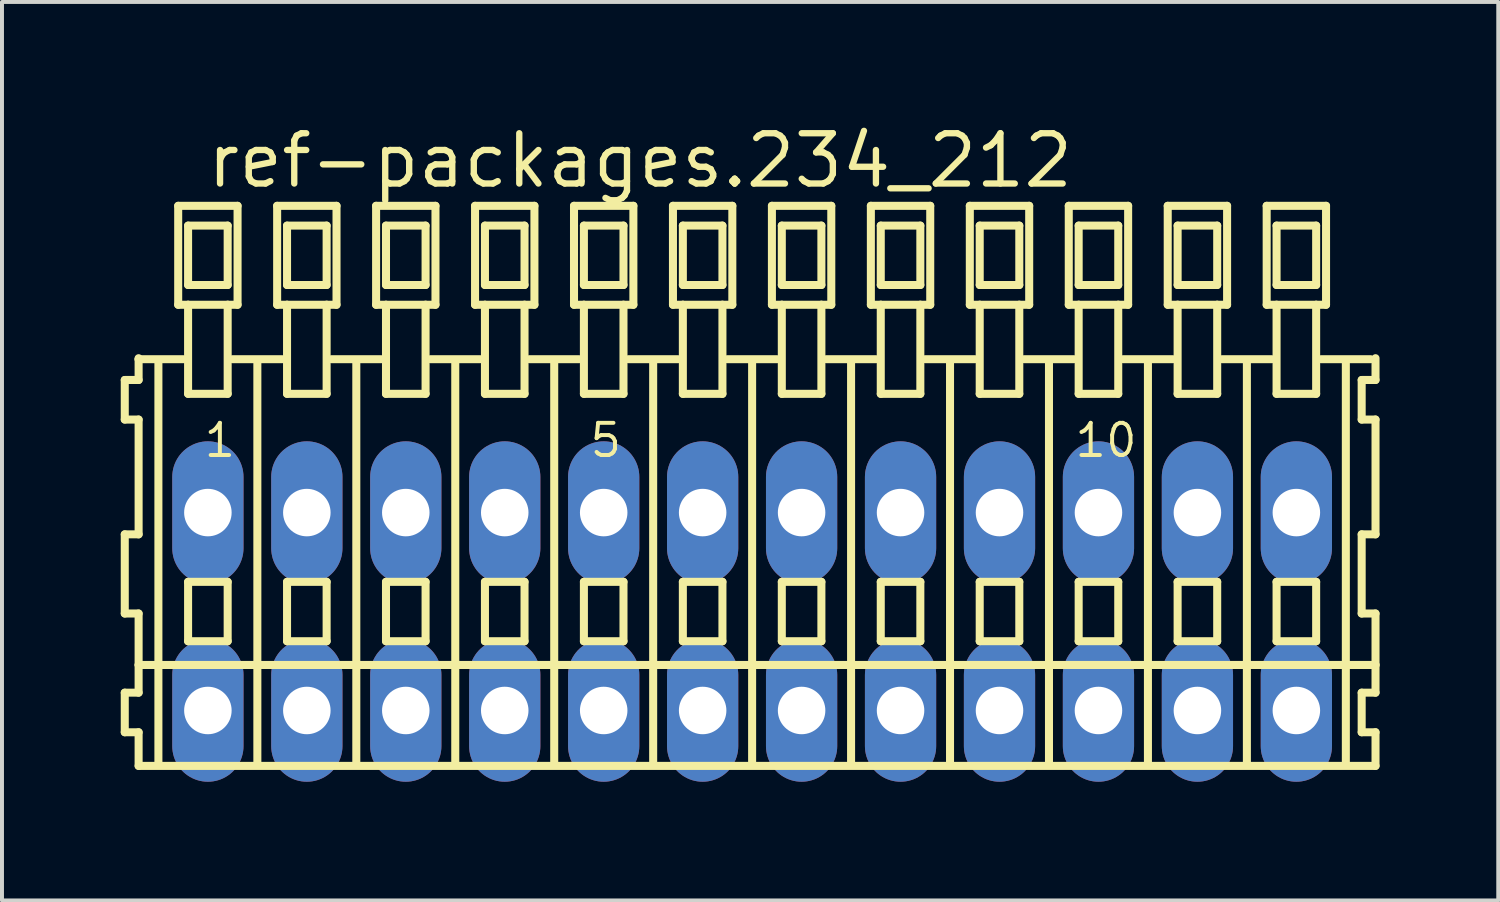
<source format=kicad_pcb>
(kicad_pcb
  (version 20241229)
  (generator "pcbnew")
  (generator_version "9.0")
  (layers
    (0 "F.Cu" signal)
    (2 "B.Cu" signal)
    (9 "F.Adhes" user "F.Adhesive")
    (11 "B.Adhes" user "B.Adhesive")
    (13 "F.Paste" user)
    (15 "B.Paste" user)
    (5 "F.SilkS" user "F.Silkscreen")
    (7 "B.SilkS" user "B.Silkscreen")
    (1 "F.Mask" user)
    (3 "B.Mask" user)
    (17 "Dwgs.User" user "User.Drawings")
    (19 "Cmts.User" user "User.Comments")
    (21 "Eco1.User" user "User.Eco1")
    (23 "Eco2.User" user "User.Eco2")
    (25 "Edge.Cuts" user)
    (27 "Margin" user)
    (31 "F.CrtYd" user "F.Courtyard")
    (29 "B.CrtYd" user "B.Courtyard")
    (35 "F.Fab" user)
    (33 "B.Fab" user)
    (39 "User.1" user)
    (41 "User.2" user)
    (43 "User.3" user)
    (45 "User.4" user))
  (footprint "ref-packages.234_212"
    (layer "F.Cu")
    (at 15.952 12.4)
    (property "Reference" "ref-packages.234_212" (at -13.85 -10.65 0) (layer "F.SilkS") (effects (font (size 1.27 1.27) (thickness 0.16)) (justify left bottom)))
    (attr through_hole)
    (fp_line (start -15.85 -5.85) (end -15.85 -4.85) (stroke (width 0.203) (type default)) (layer "F.SilkS"))
    (fp_line (start -15.85 -4.85) (end -15.5 -4.85) (stroke (width 0.203) (type default)) (layer "F.SilkS"))
    (fp_line (start -15.85 -1.95) (end -15.85 0.05) (stroke (width 0.203) (type default)) (layer "F.SilkS"))
    (fp_line (start -15.85 0.05) (end -15.5 0.05) (stroke (width 0.203) (type default)) (layer "F.SilkS"))
    (fp_line (start -15.85 2.05) (end -15.85 3.05) (stroke (width 0.203) (type default)) (layer "F.SilkS"))
    (fp_line (start -15.85 3.05) (end -15.5 3.05) (stroke (width 0.203) (type default)) (layer "F.SilkS"))
    (fp_line (start -15.5 -6.4) (end -15.5 -6.375) (stroke (width 0.203) (type default)) (layer "F.SilkS"))
    (fp_line (start -15.5 -6.375) (end -15.5 -5.85) (stroke (width 0.203) (type default)) (layer "F.SilkS"))
    (fp_line (start -15.5 -6.375) (end -14.375 -6.375) (stroke (width 0.203) (type default)) (layer "F.SilkS"))
    (fp_line (start -15.5 -5.85) (end -15.85 -5.85) (stroke (width 0.203) (type default)) (layer "F.SilkS"))
    (fp_line (start -15.5 -4.85) (end -15.5 -1.95) (stroke (width 0.203) (type default)) (layer "F.SilkS"))
    (fp_line (start -15.5 -1.95) (end -15.85 -1.95) (stroke (width 0.203) (type default)) (layer "F.SilkS"))
    (fp_line (start -15.5 0.05) (end -15.5 1.35) (stroke (width 0.203) (type default)) (layer "F.SilkS"))
    (fp_line (start -15.5 1.35) (end -15.5 2.05) (stroke (width 0.203) (type default)) (layer "F.SilkS"))
    (fp_line (start -15.5 1.35) (end 15.75 1.35) (stroke (width 0.203) (type default)) (layer "F.SilkS"))
    (fp_line (start -15.5 2.05) (end -15.85 2.05) (stroke (width 0.203) (type default)) (layer "F.SilkS"))
    (fp_line (start -15.5 3.05) (end -15.5 3.9) (stroke (width 0.203) (type default)) (layer "F.SilkS"))
    (fp_line (start -15.5 3.9) (end 15.75 3.9) (stroke (width 0.203) (type default)) (layer "F.SilkS"))
    (fp_line (start -15 -6.35) (end -15 3.8) (stroke (width 0.203) (type default)) (layer "F.SilkS"))
    (fp_line (start -14.5 -10.25) (end -14.5 -7.75) (stroke (width 0.203) (type default)) (layer "F.SilkS"))
    (fp_line (start -14.5 -7.75) (end -14.25 -7.75) (stroke (width 0.203) (type default)) (layer "F.SilkS"))
    (fp_line (start -14.25 -9.75) (end -14.25 -8.25) (stroke (width 0.203) (type default)) (layer "F.SilkS"))
    (fp_line (start -14.25 -8.25) (end -13.25 -8.25) (stroke (width 0.203) (type default)) (layer "F.SilkS"))
    (fp_line (start -14.25 -7.75) (end -14.25 -5.5) (stroke (width 0.203) (type default)) (layer "F.SilkS"))
    (fp_line (start -14.25 -7.75) (end -13.25 -7.75) (stroke (width 0.203) (type default)) (layer "F.SilkS"))
    (fp_line (start -14.25 -5.5) (end -13.25 -5.5) (stroke (width 0.203) (type default)) (layer "F.SilkS"))
    (fp_line (start -14.25 -0.75) (end -14.25 0.75) (stroke (width 0.203) (type default)) (layer "F.SilkS"))
    (fp_line (start -14.25 0.75) (end -13.25 0.75) (stroke (width 0.203) (type default)) (layer "F.SilkS"))
    (fp_line (start -13.25 -9.75) (end -14.25 -9.75) (stroke (width 0.203) (type default)) (layer "F.SilkS"))
    (fp_line (start -13.25 -8.25) (end -13.25 -9.75) (stroke (width 0.203) (type default)) (layer "F.SilkS"))
    (fp_line (start -13.25 -7.75) (end -13 -7.75) (stroke (width 0.203) (type default)) (layer "F.SilkS"))
    (fp_line (start -13.25 -5.5) (end -13.25 -7.75) (stroke (width 0.203) (type default)) (layer "F.SilkS"))
    (fp_line (start -13.25 -0.75) (end -14.25 -0.75) (stroke (width 0.203) (type default)) (layer "F.SilkS"))
    (fp_line (start -13.25 0.75) (end -13.25 -0.75) (stroke (width 0.203) (type default)) (layer "F.SilkS"))
    (fp_line (start -13.125 -6.375) (end -11.875 -6.375) (stroke (width 0.203) (type default)) (layer "F.SilkS"))
    (fp_line (start -13 -10.25) (end -14.5 -10.25) (stroke (width 0.203) (type default)) (layer "F.SilkS"))
    (fp_line (start -13 -7.75) (end -13 -10.25) (stroke (width 0.203) (type default)) (layer "F.SilkS"))
    (fp_line (start -12.5 -6.35) (end -12.5 3.8) (stroke (width 0.203) (type default)) (layer "F.SilkS"))
    (fp_line (start -12 -10.25) (end -12 -7.75) (stroke (width 0.203) (type default)) (layer "F.SilkS"))
    (fp_line (start -12 -7.75) (end -11.75 -7.75) (stroke (width 0.203) (type default)) (layer "F.SilkS"))
    (fp_line (start -11.75 -9.75) (end -11.75 -8.25) (stroke (width 0.203) (type default)) (layer "F.SilkS"))
    (fp_line (start -11.75 -8.25) (end -10.75 -8.25) (stroke (width 0.203) (type default)) (layer "F.SilkS"))
    (fp_line (start -11.75 -7.75) (end -11.75 -5.5) (stroke (width 0.203) (type default)) (layer "F.SilkS"))
    (fp_line (start -11.75 -7.75) (end -10.75 -7.75) (stroke (width 0.203) (type default)) (layer "F.SilkS"))
    (fp_line (start -11.75 -5.5) (end -10.75 -5.5) (stroke (width 0.203) (type default)) (layer "F.SilkS"))
    (fp_line (start -11.75 -0.75) (end -11.75 0.75) (stroke (width 0.203) (type default)) (layer "F.SilkS"))
    (fp_line (start -11.75 0.75) (end -10.75 0.75) (stroke (width 0.203) (type default)) (layer "F.SilkS"))
    (fp_line (start -10.75 -9.75) (end -11.75 -9.75) (stroke (width 0.203) (type default)) (layer "F.SilkS"))
    (fp_line (start -10.75 -8.25) (end -10.75 -9.75) (stroke (width 0.203) (type default)) (layer "F.SilkS"))
    (fp_line (start -10.75 -7.75) (end -10.5 -7.75) (stroke (width 0.203) (type default)) (layer "F.SilkS"))
    (fp_line (start -10.75 -5.5) (end -10.75 -7.75) (stroke (width 0.203) (type default)) (layer "F.SilkS"))
    (fp_line (start -10.75 -0.75) (end -11.75 -0.75) (stroke (width 0.203) (type default)) (layer "F.SilkS"))
    (fp_line (start -10.75 0.75) (end -10.75 -0.75) (stroke (width 0.203) (type default)) (layer "F.SilkS"))
    (fp_line (start -10.625 -6.375) (end -9.375 -6.375) (stroke (width 0.203) (type default)) (layer "F.SilkS"))
    (fp_line (start -10.5 -10.25) (end -12 -10.25) (stroke (width 0.203) (type default)) (layer "F.SilkS"))
    (fp_line (start -10.5 -7.75) (end -10.5 -10.25) (stroke (width 0.203) (type default)) (layer "F.SilkS"))
    (fp_line (start -10 -6.35) (end -10 3.8) (stroke (width 0.203) (type default)) (layer "F.SilkS"))
    (fp_line (start -9.5 -10.25) (end -9.5 -7.75) (stroke (width 0.203) (type default)) (layer "F.SilkS"))
    (fp_line (start -9.5 -7.75) (end -9.25 -7.75) (stroke (width 0.203) (type default)) (layer "F.SilkS"))
    (fp_line (start -9.25 -9.75) (end -9.25 -8.25) (stroke (width 0.203) (type default)) (layer "F.SilkS"))
    (fp_line (start -9.25 -8.25) (end -8.25 -8.25) (stroke (width 0.203) (type default)) (layer "F.SilkS"))
    (fp_line (start -9.25 -7.75) (end -9.25 -5.5) (stroke (width 0.203) (type default)) (layer "F.SilkS"))
    (fp_line (start -9.25 -7.75) (end -8.25 -7.75) (stroke (width 0.203) (type default)) (layer "F.SilkS"))
    (fp_line (start -9.25 -5.5) (end -8.25 -5.5) (stroke (width 0.203) (type default)) (layer "F.SilkS"))
    (fp_line (start -9.25 -0.75) (end -9.25 0.75) (stroke (width 0.203) (type default)) (layer "F.SilkS"))
    (fp_line (start -9.25 0.75) (end -8.25 0.75) (stroke (width 0.203) (type default)) (layer "F.SilkS"))
    (fp_line (start -8.25 -9.75) (end -9.25 -9.75) (stroke (width 0.203) (type default)) (layer "F.SilkS"))
    (fp_line (start -8.25 -8.25) (end -8.25 -9.75) (stroke (width 0.203) (type default)) (layer "F.SilkS"))
    (fp_line (start -8.25 -7.75) (end -8 -7.75) (stroke (width 0.203) (type default)) (layer "F.SilkS"))
    (fp_line (start -8.25 -5.5) (end -8.25 -7.75) (stroke (width 0.203) (type default)) (layer "F.SilkS"))
    (fp_line (start -8.25 -0.75) (end -9.25 -0.75) (stroke (width 0.203) (type default)) (layer "F.SilkS"))
    (fp_line (start -8.25 0.75) (end -8.25 -0.75) (stroke (width 0.203) (type default)) (layer "F.SilkS"))
    (fp_line (start -8.125 -6.375) (end -6.875 -6.375) (stroke (width 0.203) (type default)) (layer "F.SilkS"))
    (fp_line (start -8 -10.25) (end -9.5 -10.25) (stroke (width 0.203) (type default)) (layer "F.SilkS"))
    (fp_line (start -8 -7.75) (end -8 -10.25) (stroke (width 0.203) (type default)) (layer "F.SilkS"))
    (fp_line (start -7.5 -6.35) (end -7.5 3.8) (stroke (width 0.203) (type default)) (layer "F.SilkS"))
    (fp_line (start -7 -10.25) (end -7 -7.75) (stroke (width 0.203) (type default)) (layer "F.SilkS"))
    (fp_line (start -7 -7.75) (end -6.75 -7.75) (stroke (width 0.203) (type default)) (layer "F.SilkS"))
    (fp_line (start -6.75 -9.75) (end -6.75 -8.25) (stroke (width 0.203) (type default)) (layer "F.SilkS"))
    (fp_line (start -6.75 -8.25) (end -5.75 -8.25) (stroke (width 0.203) (type default)) (layer "F.SilkS"))
    (fp_line (start -6.75 -7.75) (end -6.75 -5.5) (stroke (width 0.203) (type default)) (layer "F.SilkS"))
    (fp_line (start -6.75 -7.75) (end -5.75 -7.75) (stroke (width 0.203) (type default)) (layer "F.SilkS"))
    (fp_line (start -6.75 -5.5) (end -5.75 -5.5) (stroke (width 0.203) (type default)) (layer "F.SilkS"))
    (fp_line (start -6.75 -0.75) (end -6.75 0.75) (stroke (width 0.203) (type default)) (layer "F.SilkS"))
    (fp_line (start -6.75 0.75) (end -5.75 0.75) (stroke (width 0.203) (type default)) (layer "F.SilkS"))
    (fp_line (start -5.75 -9.75) (end -6.75 -9.75) (stroke (width 0.203) (type default)) (layer "F.SilkS"))
    (fp_line (start -5.75 -8.25) (end -5.75 -9.75) (stroke (width 0.203) (type default)) (layer "F.SilkS"))
    (fp_line (start -5.75 -7.75) (end -5.5 -7.75) (stroke (width 0.203) (type default)) (layer "F.SilkS"))
    (fp_line (start -5.75 -5.5) (end -5.75 -7.75) (stroke (width 0.203) (type default)) (layer "F.SilkS"))
    (fp_line (start -5.75 -0.75) (end -6.75 -0.75) (stroke (width 0.203) (type default)) (layer "F.SilkS"))
    (fp_line (start -5.75 0.75) (end -5.75 -0.75) (stroke (width 0.203) (type default)) (layer "F.SilkS"))
    (fp_line (start -5.625 -6.375) (end -4.375 -6.375) (stroke (width 0.203) (type default)) (layer "F.SilkS"))
    (fp_line (start -5.5 -10.25) (end -7 -10.25) (stroke (width 0.203) (type default)) (layer "F.SilkS"))
    (fp_line (start -5.5 -7.75) (end -5.5 -10.25) (stroke (width 0.203) (type default)) (layer "F.SilkS"))
    (fp_line (start -5 -6.35) (end -5 3.8) (stroke (width 0.203) (type default)) (layer "F.SilkS"))
    (fp_line (start -4.5 -10.25) (end -4.5 -7.75) (stroke (width 0.203) (type default)) (layer "F.SilkS"))
    (fp_line (start -4.5 -7.75) (end -4.25 -7.75) (stroke (width 0.203) (type default)) (layer "F.SilkS"))
    (fp_line (start -4.25 -9.75) (end -4.25 -8.25) (stroke (width 0.203) (type default)) (layer "F.SilkS"))
    (fp_line (start -4.25 -8.25) (end -3.25 -8.25) (stroke (width 0.203) (type default)) (layer "F.SilkS"))
    (fp_line (start -4.25 -7.75) (end -4.25 -5.5) (stroke (width 0.203) (type default)) (layer "F.SilkS"))
    (fp_line (start -4.25 -7.75) (end -3.25 -7.75) (stroke (width 0.203) (type default)) (layer "F.SilkS"))
    (fp_line (start -4.25 -5.5) (end -3.25 -5.5) (stroke (width 0.203) (type default)) (layer "F.SilkS"))
    (fp_line (start -4.25 -0.75) (end -4.25 0.75) (stroke (width 0.203) (type default)) (layer "F.SilkS"))
    (fp_line (start -4.25 0.75) (end -3.25 0.75) (stroke (width 0.203) (type default)) (layer "F.SilkS"))
    (fp_line (start -3.25 -9.75) (end -4.25 -9.75) (stroke (width 0.203) (type default)) (layer "F.SilkS"))
    (fp_line (start -3.25 -8.25) (end -3.25 -9.75) (stroke (width 0.203) (type default)) (layer "F.SilkS"))
    (fp_line (start -3.25 -7.75) (end -3 -7.75) (stroke (width 0.203) (type default)) (layer "F.SilkS"))
    (fp_line (start -3.25 -5.5) (end -3.25 -7.75) (stroke (width 0.203) (type default)) (layer "F.SilkS"))
    (fp_line (start -3.25 -0.75) (end -4.25 -0.75) (stroke (width 0.203) (type default)) (layer "F.SilkS"))
    (fp_line (start -3.25 0.75) (end -3.25 -0.75) (stroke (width 0.203) (type default)) (layer "F.SilkS"))
    (fp_line (start -3.125 -6.375) (end -1.875 -6.375) (stroke (width 0.203) (type default)) (layer "F.SilkS"))
    (fp_line (start -3 -10.25) (end -4.5 -10.25) (stroke (width 0.203) (type default)) (layer "F.SilkS"))
    (fp_line (start -3 -7.75) (end -3 -10.25) (stroke (width 0.203) (type default)) (layer "F.SilkS"))
    (fp_line (start -2.5 -6.35) (end -2.5 3.8) (stroke (width 0.203) (type default)) (layer "F.SilkS"))
    (fp_line (start -2 -10.25) (end -2 -7.75) (stroke (width 0.203) (type default)) (layer "F.SilkS"))
    (fp_line (start -2 -7.75) (end -1.75 -7.75) (stroke (width 0.203) (type default)) (layer "F.SilkS"))
    (fp_line (start -1.75 -9.75) (end -1.75 -8.25) (stroke (width 0.203) (type default)) (layer "F.SilkS"))
    (fp_line (start -1.75 -8.25) (end -0.75 -8.25) (stroke (width 0.203) (type default)) (layer "F.SilkS"))
    (fp_line (start -1.75 -7.75) (end -1.75 -5.5) (stroke (width 0.203) (type default)) (layer "F.SilkS"))
    (fp_line (start -1.75 -7.75) (end -0.75 -7.75) (stroke (width 0.203) (type default)) (layer "F.SilkS"))
    (fp_line (start -1.75 -5.5) (end -0.75 -5.5) (stroke (width 0.203) (type default)) (layer "F.SilkS"))
    (fp_line (start -1.75 -0.75) (end -1.75 0.75) (stroke (width 0.203) (type default)) (layer "F.SilkS"))
    (fp_line (start -1.75 0.75) (end -0.75 0.75) (stroke (width 0.203) (type default)) (layer "F.SilkS"))
    (fp_line (start -0.75 -9.75) (end -1.75 -9.75) (stroke (width 0.203) (type default)) (layer "F.SilkS"))
    (fp_line (start -0.75 -8.25) (end -0.75 -9.75) (stroke (width 0.203) (type default)) (layer "F.SilkS"))
    (fp_line (start -0.75 -7.75) (end -0.5 -7.75) (stroke (width 0.203) (type default)) (layer "F.SilkS"))
    (fp_line (start -0.75 -5.5) (end -0.75 -7.75) (stroke (width 0.203) (type default)) (layer "F.SilkS"))
    (fp_line (start -0.75 -0.75) (end -1.75 -0.75) (stroke (width 0.203) (type default)) (layer "F.SilkS"))
    (fp_line (start -0.75 0.75) (end -0.75 -0.75) (stroke (width 0.203) (type default)) (layer "F.SilkS"))
    (fp_line (start -0.625 -6.375) (end 0.625 -6.375) (stroke (width 0.203) (type default)) (layer "F.SilkS"))
    (fp_line (start -0.5 -10.25) (end -2 -10.25) (stroke (width 0.203) (type default)) (layer "F.SilkS"))
    (fp_line (start -0.5 -7.75) (end -0.5 -10.25) (stroke (width 0.203) (type default)) (layer "F.SilkS"))
    (fp_line (start 0 -6.35) (end 0 3.8) (stroke (width 0.203) (type default)) (layer "F.SilkS"))
    (fp_line (start 0.5 -10.25) (end 0.5 -7.75) (stroke (width 0.203) (type default)) (layer "F.SilkS"))
    (fp_line (start 0.5 -7.75) (end 0.75 -7.75) (stroke (width 0.203) (type default)) (layer "F.SilkS"))
    (fp_line (start 0.75 -9.75) (end 0.75 -8.25) (stroke (width 0.203) (type default)) (layer "F.SilkS"))
    (fp_line (start 0.75 -8.25) (end 1.75 -8.25) (stroke (width 0.203) (type default)) (layer "F.SilkS"))
    (fp_line (start 0.75 -7.75) (end 0.75 -5.5) (stroke (width 0.203) (type default)) (layer "F.SilkS"))
    (fp_line (start 0.75 -7.75) (end 1.75 -7.75) (stroke (width 0.203) (type default)) (layer "F.SilkS"))
    (fp_line (start 0.75 -5.5) (end 1.75 -5.5) (stroke (width 0.203) (type default)) (layer "F.SilkS"))
    (fp_line (start 0.75 -0.75) (end 0.75 0.75) (stroke (width 0.203) (type default)) (layer "F.SilkS"))
    (fp_line (start 0.75 0.75) (end 1.75 0.75) (stroke (width 0.203) (type default)) (layer "F.SilkS"))
    (fp_line (start 1.75 -9.75) (end 0.75 -9.75) (stroke (width 0.203) (type default)) (layer "F.SilkS"))
    (fp_line (start 1.75 -8.25) (end 1.75 -9.75) (stroke (width 0.203) (type default)) (layer "F.SilkS"))
    (fp_line (start 1.75 -7.75) (end 2 -7.75) (stroke (width 0.203) (type default)) (layer "F.SilkS"))
    (fp_line (start 1.75 -5.5) (end 1.75 -7.75) (stroke (width 0.203) (type default)) (layer "F.SilkS"))
    (fp_line (start 1.75 -0.75) (end 0.75 -0.75) (stroke (width 0.203) (type default)) (layer "F.SilkS"))
    (fp_line (start 1.75 0.75) (end 1.75 -0.75) (stroke (width 0.203) (type default)) (layer "F.SilkS"))
    (fp_line (start 1.875 -6.375) (end 3.125 -6.375) (stroke (width 0.203) (type default)) (layer "F.SilkS"))
    (fp_line (start 2 -10.25) (end 0.5 -10.25) (stroke (width 0.203) (type default)) (layer "F.SilkS"))
    (fp_line (start 2 -7.75) (end 2 -10.25) (stroke (width 0.203) (type default)) (layer "F.SilkS"))
    (fp_line (start 2.5 -6.35) (end 2.5 3.8) (stroke (width 0.203) (type default)) (layer "F.SilkS"))
    (fp_line (start 3 -10.25) (end 3 -7.75) (stroke (width 0.203) (type default)) (layer "F.SilkS"))
    (fp_line (start 3 -7.75) (end 3.25 -7.75) (stroke (width 0.203) (type default)) (layer "F.SilkS"))
    (fp_line (start 3.25 -9.75) (end 3.25 -8.25) (stroke (width 0.203) (type default)) (layer "F.SilkS"))
    (fp_line (start 3.25 -8.25) (end 4.25 -8.25) (stroke (width 0.203) (type default)) (layer "F.SilkS"))
    (fp_line (start 3.25 -7.75) (end 3.25 -5.5) (stroke (width 0.203) (type default)) (layer "F.SilkS"))
    (fp_line (start 3.25 -7.75) (end 4.25 -7.75) (stroke (width 0.203) (type default)) (layer "F.SilkS"))
    (fp_line (start 3.25 -5.5) (end 4.25 -5.5) (stroke (width 0.203) (type default)) (layer "F.SilkS"))
    (fp_line (start 3.25 -0.75) (end 3.25 0.75) (stroke (width 0.203) (type default)) (layer "F.SilkS"))
    (fp_line (start 3.25 0.75) (end 4.25 0.75) (stroke (width 0.203) (type default)) (layer "F.SilkS"))
    (fp_line (start 4.25 -9.75) (end 3.25 -9.75) (stroke (width 0.203) (type default)) (layer "F.SilkS"))
    (fp_line (start 4.25 -8.25) (end 4.25 -9.75) (stroke (width 0.203) (type default)) (layer "F.SilkS"))
    (fp_line (start 4.25 -7.75) (end 4.5 -7.75) (stroke (width 0.203) (type default)) (layer "F.SilkS"))
    (fp_line (start 4.25 -5.5) (end 4.25 -7.75) (stroke (width 0.203) (type default)) (layer "F.SilkS"))
    (fp_line (start 4.25 -0.75) (end 3.25 -0.75) (stroke (width 0.203) (type default)) (layer "F.SilkS"))
    (fp_line (start 4.25 0.75) (end 4.25 -0.75) (stroke (width 0.203) (type default)) (layer "F.SilkS"))
    (fp_line (start 4.375 -6.375) (end 5.625 -6.375) (stroke (width 0.203) (type default)) (layer "F.SilkS"))
    (fp_line (start 4.5 -10.25) (end 3 -10.25) (stroke (width 0.203) (type default)) (layer "F.SilkS"))
    (fp_line (start 4.5 -7.75) (end 4.5 -10.25) (stroke (width 0.203) (type default)) (layer "F.SilkS"))
    (fp_line (start 5 -6.35) (end 5 3.8) (stroke (width 0.203) (type default)) (layer "F.SilkS"))
    (fp_line (start 5.5 -10.25) (end 5.5 -7.75) (stroke (width 0.203) (type default)) (layer "F.SilkS"))
    (fp_line (start 5.5 -7.75) (end 5.75 -7.75) (stroke (width 0.203) (type default)) (layer "F.SilkS"))
    (fp_line (start 5.75 -9.75) (end 5.75 -8.25) (stroke (width 0.203) (type default)) (layer "F.SilkS"))
    (fp_line (start 5.75 -8.25) (end 6.75 -8.25) (stroke (width 0.203) (type default)) (layer "F.SilkS"))
    (fp_line (start 5.75 -7.75) (end 5.75 -5.5) (stroke (width 0.203) (type default)) (layer "F.SilkS"))
    (fp_line (start 5.75 -7.75) (end 6.75 -7.75) (stroke (width 0.203) (type default)) (layer "F.SilkS"))
    (fp_line (start 5.75 -5.5) (end 6.75 -5.5) (stroke (width 0.203) (type default)) (layer "F.SilkS"))
    (fp_line (start 5.75 -0.75) (end 5.75 0.75) (stroke (width 0.203) (type default)) (layer "F.SilkS"))
    (fp_line (start 5.75 0.75) (end 6.75 0.75) (stroke (width 0.203) (type default)) (layer "F.SilkS"))
    (fp_line (start 6.75 -9.75) (end 5.75 -9.75) (stroke (width 0.203) (type default)) (layer "F.SilkS"))
    (fp_line (start 6.75 -8.25) (end 6.75 -9.75) (stroke (width 0.203) (type default)) (layer "F.SilkS"))
    (fp_line (start 6.75 -7.75) (end 7 -7.75) (stroke (width 0.203) (type default)) (layer "F.SilkS"))
    (fp_line (start 6.75 -5.5) (end 6.75 -7.75) (stroke (width 0.203) (type default)) (layer "F.SilkS"))
    (fp_line (start 6.75 -0.75) (end 5.75 -0.75) (stroke (width 0.203) (type default)) (layer "F.SilkS"))
    (fp_line (start 6.75 0.75) (end 6.75 -0.75) (stroke (width 0.203) (type default)) (layer "F.SilkS"))
    (fp_line (start 6.875 -6.375) (end 8.125 -6.375) (stroke (width 0.203) (type default)) (layer "F.SilkS"))
    (fp_line (start 7 -10.25) (end 5.5 -10.25) (stroke (width 0.203) (type default)) (layer "F.SilkS"))
    (fp_line (start 7 -7.75) (end 7 -10.25) (stroke (width 0.203) (type default)) (layer "F.SilkS"))
    (fp_line (start 7.5 -6.35) (end 7.5 3.8) (stroke (width 0.203) (type default)) (layer "F.SilkS"))
    (fp_line (start 8 -10.25) (end 8 -7.75) (stroke (width 0.203) (type default)) (layer "F.SilkS"))
    (fp_line (start 8 -7.75) (end 8.25 -7.75) (stroke (width 0.203) (type default)) (layer "F.SilkS"))
    (fp_line (start 8.25 -9.75) (end 8.25 -8.25) (stroke (width 0.203) (type default)) (layer "F.SilkS"))
    (fp_line (start 8.25 -8.25) (end 9.25 -8.25) (stroke (width 0.203) (type default)) (layer "F.SilkS"))
    (fp_line (start 8.25 -7.75) (end 8.25 -5.5) (stroke (width 0.203) (type default)) (layer "F.SilkS"))
    (fp_line (start 8.25 -7.75) (end 9.25 -7.75) (stroke (width 0.203) (type default)) (layer "F.SilkS"))
    (fp_line (start 8.25 -5.5) (end 9.25 -5.5) (stroke (width 0.203) (type default)) (layer "F.SilkS"))
    (fp_line (start 8.25 -0.75) (end 8.25 0.75) (stroke (width 0.203) (type default)) (layer "F.SilkS"))
    (fp_line (start 8.25 0.75) (end 9.25 0.75) (stroke (width 0.203) (type default)) (layer "F.SilkS"))
    (fp_line (start 9.25 -9.75) (end 8.25 -9.75) (stroke (width 0.203) (type default)) (layer "F.SilkS"))
    (fp_line (start 9.25 -8.25) (end 9.25 -9.75) (stroke (width 0.203) (type default)) (layer "F.SilkS"))
    (fp_line (start 9.25 -7.75) (end 9.5 -7.75) (stroke (width 0.203) (type default)) (layer "F.SilkS"))
    (fp_line (start 9.25 -5.5) (end 9.25 -7.75) (stroke (width 0.203) (type default)) (layer "F.SilkS"))
    (fp_line (start 9.25 -0.75) (end 8.25 -0.75) (stroke (width 0.203) (type default)) (layer "F.SilkS"))
    (fp_line (start 9.25 0.75) (end 9.25 -0.75) (stroke (width 0.203) (type default)) (layer "F.SilkS"))
    (fp_line (start 9.375 -6.375) (end 10.625 -6.375) (stroke (width 0.203) (type default)) (layer "F.SilkS"))
    (fp_line (start 9.5 -10.25) (end 8 -10.25) (stroke (width 0.203) (type default)) (layer "F.SilkS"))
    (fp_line (start 9.5 -7.75) (end 9.5 -10.25) (stroke (width 0.203) (type default)) (layer "F.SilkS"))
    (fp_line (start 10 -6.35) (end 10 3.8) (stroke (width 0.203) (type default)) (layer "F.SilkS"))
    (fp_line (start 10.5 -10.25) (end 10.5 -7.75) (stroke (width 0.203) (type default)) (layer "F.SilkS"))
    (fp_line (start 10.5 -7.75) (end 10.75 -7.75) (stroke (width 0.203) (type default)) (layer "F.SilkS"))
    (fp_line (start 10.75 -9.75) (end 10.75 -8.25) (stroke (width 0.203) (type default)) (layer "F.SilkS"))
    (fp_line (start 10.75 -8.25) (end 11.75 -8.25) (stroke (width 0.203) (type default)) (layer "F.SilkS"))
    (fp_line (start 10.75 -7.75) (end 10.75 -5.5) (stroke (width 0.203) (type default)) (layer "F.SilkS"))
    (fp_line (start 10.75 -7.75) (end 11.75 -7.75) (stroke (width 0.203) (type default)) (layer "F.SilkS"))
    (fp_line (start 10.75 -5.5) (end 11.75 -5.5) (stroke (width 0.203) (type default)) (layer "F.SilkS"))
    (fp_line (start 10.75 -0.75) (end 10.75 0.75) (stroke (width 0.203) (type default)) (layer "F.SilkS"))
    (fp_line (start 10.75 0.75) (end 11.75 0.75) (stroke (width 0.203) (type default)) (layer "F.SilkS"))
    (fp_line (start 11.75 -9.75) (end 10.75 -9.75) (stroke (width 0.203) (type default)) (layer "F.SilkS"))
    (fp_line (start 11.75 -8.25) (end 11.75 -9.75) (stroke (width 0.203) (type default)) (layer "F.SilkS"))
    (fp_line (start 11.75 -7.75) (end 12 -7.75) (stroke (width 0.203) (type default)) (layer "F.SilkS"))
    (fp_line (start 11.75 -5.5) (end 11.75 -7.75) (stroke (width 0.203) (type default)) (layer "F.SilkS"))
    (fp_line (start 11.75 -0.75) (end 10.75 -0.75) (stroke (width 0.203) (type default)) (layer "F.SilkS"))
    (fp_line (start 11.75 0.75) (end 11.75 -0.75) (stroke (width 0.203) (type default)) (layer "F.SilkS"))
    (fp_line (start 11.875 -6.375) (end 13.125 -6.375) (stroke (width 0.203) (type default)) (layer "F.SilkS"))
    (fp_line (start 12 -10.25) (end 10.5 -10.25) (stroke (width 0.203) (type default)) (layer "F.SilkS"))
    (fp_line (start 12 -7.75) (end 12 -10.25) (stroke (width 0.203) (type default)) (layer "F.SilkS"))
    (fp_line (start 12.5 -6.35) (end 12.5 3.8) (stroke (width 0.203) (type default)) (layer "F.SilkS"))
    (fp_line (start 13 -10.25) (end 13 -7.75) (stroke (width 0.203) (type default)) (layer "F.SilkS"))
    (fp_line (start 13 -7.75) (end 13.25 -7.75) (stroke (width 0.203) (type default)) (layer "F.SilkS"))
    (fp_line (start 13.25 -9.75) (end 13.25 -8.25) (stroke (width 0.203) (type default)) (layer "F.SilkS"))
    (fp_line (start 13.25 -8.25) (end 14.25 -8.25) (stroke (width 0.203) (type default)) (layer "F.SilkS"))
    (fp_line (start 13.25 -7.75) (end 13.25 -5.5) (stroke (width 0.203) (type default)) (layer "F.SilkS"))
    (fp_line (start 13.25 -7.75) (end 14.25 -7.75) (stroke (width 0.203) (type default)) (layer "F.SilkS"))
    (fp_line (start 13.25 -5.5) (end 14.25 -5.5) (stroke (width 0.203) (type default)) (layer "F.SilkS"))
    (fp_line (start 13.25 -0.75) (end 13.25 0.75) (stroke (width 0.203) (type default)) (layer "F.SilkS"))
    (fp_line (start 13.25 0.75) (end 14.25 0.75) (stroke (width 0.203) (type default)) (layer "F.SilkS"))
    (fp_line (start 14.25 -9.75) (end 13.25 -9.75) (stroke (width 0.203) (type default)) (layer "F.SilkS"))
    (fp_line (start 14.25 -8.25) (end 14.25 -9.75) (stroke (width 0.203) (type default)) (layer "F.SilkS"))
    (fp_line (start 14.25 -7.75) (end 14.5 -7.75) (stroke (width 0.203) (type default)) (layer "F.SilkS"))
    (fp_line (start 14.25 -5.5) (end 14.25 -7.75) (stroke (width 0.203) (type default)) (layer "F.SilkS"))
    (fp_line (start 14.25 -0.75) (end 13.25 -0.75) (stroke (width 0.203) (type default)) (layer "F.SilkS"))
    (fp_line (start 14.25 0.75) (end 14.25 -0.75) (stroke (width 0.203) (type default)) (layer "F.SilkS"))
    (fp_line (start 14.375 -6.375) (end 15.625 -6.375) (stroke (width 0.203) (type default)) (layer "F.SilkS"))
    (fp_line (start 14.5 -10.25) (end 13 -10.25) (stroke (width 0.203) (type default)) (layer "F.SilkS"))
    (fp_line (start 14.5 -7.75) (end 14.5 -10.25) (stroke (width 0.203) (type default)) (layer "F.SilkS"))
    (fp_line (start 15 -6.35) (end 15 3.8) (stroke (width 0.203) (type default)) (layer "F.SilkS"))
    (fp_line (start 15.4 -5.85) (end 15.4 -4.85) (stroke (width 0.203) (type default)) (layer "F.SilkS"))
    (fp_line (start 15.4 -4.85) (end 15.75 -4.85) (stroke (width 0.203) (type default)) (layer "F.SilkS"))
    (fp_line (start 15.4 -1.95) (end 15.4 0.05) (stroke (width 0.203) (type default)) (layer "F.SilkS"))
    (fp_line (start 15.4 0.05) (end 15.75 0.05) (stroke (width 0.203) (type default)) (layer "F.SilkS"))
    (fp_line (start 15.4 2.05) (end 15.4 3.05) (stroke (width 0.203) (type default)) (layer "F.SilkS"))
    (fp_line (start 15.4 3.05) (end 15.75 3.05) (stroke (width 0.203) (type default)) (layer "F.SilkS"))
    (fp_line (start 15.75 -5.85) (end 15.4 -5.85) (stroke (width 0.203) (type default)) (layer "F.SilkS"))
    (fp_line (start 15.75 -5.85) (end 15.75 -6.4) (stroke (width 0.203) (type default)) (layer "F.SilkS"))
    (fp_line (start 15.75 -1.95) (end 15.4 -1.95) (stroke (width 0.203) (type default)) (layer "F.SilkS"))
    (fp_line (start 15.75 -1.95) (end 15.75 -4.85) (stroke (width 0.203) (type default)) (layer "F.SilkS"))
    (fp_line (start 15.75 1.35) (end 15.75 0.05) (stroke (width 0.203) (type default)) (layer "F.SilkS"))
    (fp_line (start 15.75 2.05) (end 15.4 2.05) (stroke (width 0.203) (type default)) (layer "F.SilkS"))
    (fp_line (start 15.75 2.05) (end 15.75 1.35) (stroke (width 0.203) (type default)) (layer "F.SilkS"))
    (fp_line (start 15.75 3.9) (end 15.75 3.05) (stroke (width 0.203) (type default)) (layer "F.SilkS"))
    (fp_text user "1" (at -13.9 -3.85 0) (layer "F.SilkS") (effects (font (size 0.813 0.813) (thickness 0.1)) (justify left bottom)))
    (fp_text user "5" (at -4.15 -3.85 0) (layer "F.SilkS") (effects (font (size 0.813 0.813) (thickness 0.1)) (justify left bottom)))
    (fp_text user "10" (at 8.1 -3.85 0) (layer "F.SilkS") (effects (font (size 0.813 0.813) (thickness 0.1)) (justify left bottom)))
    (pad "A1" thru_hole oval (at -13.75 -2.5 90) (size 3.6 1.8) (drill 1.2) (layers "*.Cu" "*.Mask"))
    (pad "A2" thru_hole oval (at -11.25 -2.5 90) (size 3.6 1.8) (drill 1.2) (layers "*.Cu" "*.Mask"))
    (pad "A3" thru_hole oval (at -8.75 -2.5 90) (size 3.6 1.8) (drill 1.2) (layers "*.Cu" "*.Mask"))
    (pad "A4" thru_hole oval (at -6.25 -2.5 90) (size 3.6 1.8) (drill 1.2) (layers "*.Cu" "*.Mask"))
    (pad "A5" thru_hole oval (at -3.75 -2.5 90) (size 3.6 1.8) (drill 1.2) (layers "*.Cu" "*.Mask"))
    (pad "A6" thru_hole oval (at -1.25 -2.5 90) (size 3.6 1.8) (drill 1.2) (layers "*.Cu" "*.Mask"))
    (pad "A7" thru_hole oval (at 1.25 -2.5 90) (size 3.6 1.8) (drill 1.2) (layers "*.Cu" "*.Mask"))
    (pad "A8" thru_hole oval (at 3.75 -2.5 90) (size 3.6 1.8) (drill 1.2) (layers "*.Cu" "*.Mask"))
    (pad "A9" thru_hole oval (at 6.25 -2.5 90) (size 3.6 1.8) (drill 1.2) (layers "*.Cu" "*.Mask"))
    (pad "A10" thru_hole oval (at 8.75 -2.5 90) (size 3.6 1.8) (drill 1.2) (layers "*.Cu" "*.Mask"))
    (pad "A11" thru_hole oval (at 11.25 -2.5 90) (size 3.6 1.8) (drill 1.2) (layers "*.Cu" "*.Mask"))
    (pad "A12" thru_hole oval (at 13.75 -2.5 90) (size 3.6 1.8) (drill 1.2) (layers "*.Cu" "*.Mask"))
    (pad "B1" thru_hole oval (at -13.75 2.5 90) (size 3.6 1.8) (drill 1.2) (layers "*.Cu" "*.Mask"))
    (pad "B2" thru_hole oval (at -11.25 2.5 90) (size 3.6 1.8) (drill 1.2) (layers "*.Cu" "*.Mask"))
    (pad "B3" thru_hole oval (at -8.75 2.5 90) (size 3.6 1.8) (drill 1.2) (layers "*.Cu" "*.Mask"))
    (pad "B4" thru_hole oval (at -6.25 2.5 90) (size 3.6 1.8) (drill 1.2) (layers "*.Cu" "*.Mask"))
    (pad "B5" thru_hole oval (at -3.75 2.5 90) (size 3.6 1.8) (drill 1.2) (layers "*.Cu" "*.Mask"))
    (pad "B6" thru_hole oval (at -1.25 2.5 90) (size 3.6 1.8) (drill 1.2) (layers "*.Cu" "*.Mask"))
    (pad "B7" thru_hole oval (at 1.25 2.5 90) (size 3.6 1.8) (drill 1.2) (layers "*.Cu" "*.Mask"))
    (pad "B8" thru_hole oval (at 3.75 2.5 90) (size 3.6 1.8) (drill 1.2) (layers "*.Cu" "*.Mask"))
    (pad "B9" thru_hole oval (at 6.25 2.5 90) (size 3.6 1.8) (drill 1.2) (layers "*.Cu" "*.Mask"))
    (pad "B10" thru_hole oval (at 8.75 2.5 90) (size 3.6 1.8) (drill 1.2) (layers "*.Cu" "*.Mask"))
    (pad "B11" thru_hole oval (at 11.25 2.5 90) (size 3.6 1.8) (drill 1.2) (layers "*.Cu" "*.Mask"))
    (pad "B12" thru_hole oval (at 13.75 2.5 90) (size 3.6 1.8) (drill 1.2) (layers "*.Cu" "*.Mask")))
  (gr_rect
    (start -3 -3)
    (end 34.803 19.7)
    (stroke (width 0.1) (type default))
    (fill no)
    (layer "Edge.Cuts")))
</source>
